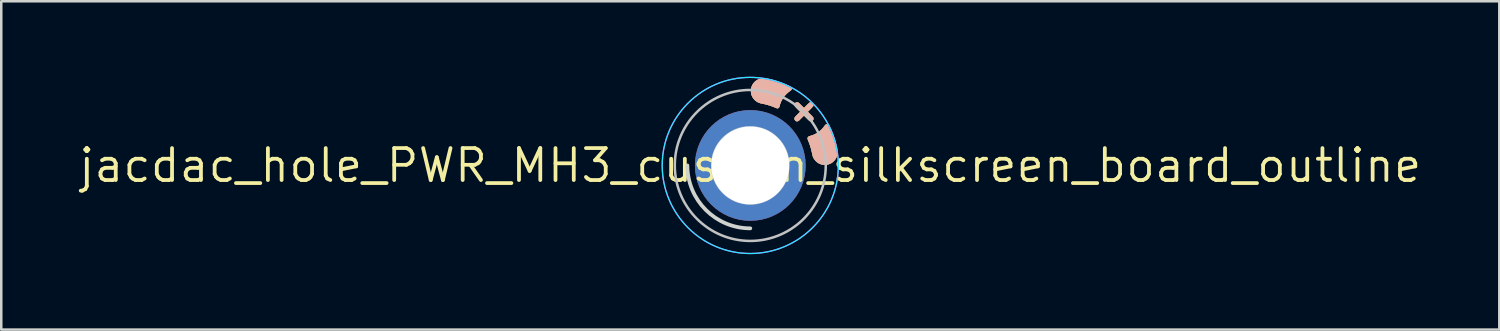
<source format=kicad_pcb>
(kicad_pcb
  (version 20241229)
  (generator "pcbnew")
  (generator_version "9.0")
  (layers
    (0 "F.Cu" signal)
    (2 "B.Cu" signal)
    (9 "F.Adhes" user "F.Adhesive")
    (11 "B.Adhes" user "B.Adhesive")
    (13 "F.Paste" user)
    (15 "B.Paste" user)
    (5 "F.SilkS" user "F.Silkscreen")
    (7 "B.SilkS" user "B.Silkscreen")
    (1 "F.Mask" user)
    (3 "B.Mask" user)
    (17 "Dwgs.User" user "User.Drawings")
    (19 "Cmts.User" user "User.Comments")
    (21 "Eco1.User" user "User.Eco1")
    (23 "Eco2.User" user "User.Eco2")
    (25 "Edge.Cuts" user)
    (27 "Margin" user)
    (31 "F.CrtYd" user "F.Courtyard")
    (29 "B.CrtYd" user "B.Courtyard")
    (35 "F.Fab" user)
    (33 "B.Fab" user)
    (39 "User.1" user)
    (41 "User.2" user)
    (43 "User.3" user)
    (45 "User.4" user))
  (footprint "jacdac_hole_PWR_MH3_custom_silkscreen_board_outline"
    (layer "F.Cu")
    (at 26.768 3.525)
    (property "Reference" "jacdac_hole_PWR_MH3_custom_silkscreen_board_outline" (at 0 0 0) (layer "F.SilkS") (effects (font (size 1.27 1.27) (thickness 0.15))))
    (attr through_hole exclude_from_bom)
    (fp_circle (center 0 0) (end 0 -2.5) (stroke (width 0) (type solid)) (fill yes) (layer "F.Mask"))
    (fp_circle (center 0 0) (end 0 -2.5) (stroke (width 0) (type solid)) (fill yes) (layer "B.Mask"))
    (fp_poly (pts (xy 2.284 -1.098) (xy 2.291 -1.114) (xy 2.301 -1.127) (xy 2.31 -1.137) (xy 2.32 -1.144) (xy 2.332 -1.151) (xy 2.347 -1.158) (xy 2.368 -1.164) (xy 2.394 -1.172) (xy 2.395 -1.173) (xy 2.452 -1.19) (xy 2.504 -1.209) (xy 2.553 -1.231) (xy 2.586 -1.247) (xy 2.661 -1.29) (xy 2.733 -1.339) (xy 2.8 -1.395) (xy 2.863 -1.456) (xy 2.919 -1.522) (xy 2.947 -1.56) (xy 2.969 -1.588) (xy 2.989 -1.61) (xy 3.009 -1.625) (xy 3.028 -1.635) (xy 3.048 -1.639) (xy 3.053 -1.639) (xy 3.071 -1.637) (xy 3.088 -1.631) (xy 3.104 -1.619) (xy 3.119 -1.602) (xy 3.135 -1.578) (xy 3.151 -1.548) (xy 3.151 -1.547) (xy 3.209 -1.426) (xy 3.262 -1.298) (xy 3.311 -1.165) (xy 3.356 -1.029) (xy 3.395 -0.889) (xy 3.429 -0.747) (xy 3.442 -0.688) (xy 3.453 -0.629) (xy 3.46 -0.576) (xy 3.463 -0.528) (xy 3.462 -0.486) (xy 3.458 -0.452) (xy 3.443 -0.389) (xy 3.422 -0.329) (xy 3.394 -0.273) (xy 3.36 -0.222) (xy 3.319 -0.175) (xy 3.273 -0.134) (xy 3.22 -0.097) (xy 3.212 -0.092) (xy 3.159 -0.066) (xy 3.103 -0.046) (xy 3.044 -0.033) (xy 2.984 -0.027) (xy 2.924 -0.028) (xy 2.864 -0.036) (xy 2.807 -0.05) (xy 2.803 -0.052) (xy 2.747 -0.075) (xy 2.694 -0.104) (xy 2.645 -0.14) (xy 2.6 -0.182) (xy 2.56 -0.228) (xy 2.527 -0.279) (xy 2.5 -0.333) (xy 2.491 -0.355) (xy 2.486 -0.37) (xy 2.481 -0.39) (xy 2.475 -0.414) (xy 2.469 -0.441) (xy 2.463 -0.467) (xy 2.463 -0.468) (xy 2.441 -0.567) (xy 2.418 -0.661) (xy 2.392 -0.751) (xy 2.362 -0.838) (xy 2.33 -0.925) (xy 2.31 -0.973) (xy 2.296 -1.008) (xy 2.287 -1.036) (xy 2.282 -1.06) (xy 2.281 -1.081) (xy 2.284 -1.098)) (stroke (width 0.01) (type solid)) (fill yes) (layer "F.SilkS"))
    (fp_poly (pts (xy 0.035 -3.049) (xy 0.048 -3.107) (xy 0.069 -3.162) (xy 0.095 -3.214) (xy 0.128 -3.263) (xy 0.166 -3.308) (xy 0.209 -3.348) (xy 0.258 -3.383) (xy 0.311 -3.412) (xy 0.368 -3.436) (xy 0.43 -3.453) (xy 0.431 -3.454) (xy 0.449 -3.457) (xy 0.468 -3.459) (xy 0.491 -3.46) (xy 0.519 -3.46) (xy 0.531 -3.46) (xy 0.552 -3.46) (xy 0.573 -3.459) (xy 0.595 -3.457) (xy 0.617 -3.455) (xy 0.642 -3.451) (xy 0.67 -3.446) (xy 0.702 -3.439) (xy 0.74 -3.431) (xy 0.784 -3.421) (xy 0.802 -3.417) (xy 0.916 -3.388) (xy 1.032 -3.354) (xy 1.149 -3.316) (xy 1.265 -3.274) (xy 1.379 -3.228) (xy 1.487 -3.18) (xy 1.558 -3.145) (xy 1.586 -3.131) (xy 1.607 -3.118) (xy 1.623 -3.106) (xy 1.634 -3.094) (xy 1.642 -3.082) (xy 1.642 -3.08) (xy 1.648 -3.062) (xy 1.648 -3.045) (xy 1.644 -3.031) (xy 1.634 -3.011) (xy 1.615 -2.991) (xy 1.59 -2.97) (xy 1.585 -2.967) (xy 1.512 -2.913) (xy 1.444 -2.854) (xy 1.383 -2.79) (xy 1.328 -2.721) (xy 1.279 -2.648) (xy 1.237 -2.572) (xy 1.211 -2.515) (xy 1.199 -2.484) (xy 1.188 -2.452) (xy 1.177 -2.419) (xy 1.166 -2.381) (xy 1.157 -2.348) (xy 1.152 -2.33) (xy 1.147 -2.317) (xy 1.14 -2.306) (xy 1.132 -2.298) (xy 1.117 -2.284) (xy 1.1 -2.276) (xy 1.082 -2.274) (xy 1.061 -2.276) (xy 1.035 -2.284) (xy 1.013 -2.293) (xy 0.892 -2.342) (xy 0.768 -2.386) (xy 0.639 -2.423) (xy 0.506 -2.454) (xy 0.475 -2.461) (xy 0.44 -2.468) (xy 0.412 -2.474) (xy 0.388 -2.48) (xy 0.368 -2.486) (xy 0.349 -2.493) (xy 0.331 -2.501) (xy 0.317 -2.507) (xy 0.264 -2.535) (xy 0.215 -2.571) (xy 0.17 -2.611) (xy 0.131 -2.657) (xy 0.097 -2.707) (xy 0.069 -2.761) (xy 0.048 -2.817) (xy 0.037 -2.864) (xy 0.028 -2.927) (xy 0.028 -2.989) (xy 0.035 -3.049)) (stroke (width 0.01) (type solid)) (fill yes) (layer "F.SilkS"))
    (fp_poly (pts (xy 1.761 -1.87) (xy 1.762 -1.88) (xy 1.764 -1.89) (xy 1.768 -1.899) (xy 1.774 -1.91) (xy 1.783 -1.922) (xy 1.795 -1.936) (xy 1.811 -1.953) (xy 1.831 -1.974) (xy 1.855 -1.999) (xy 1.883 -2.027) (xy 1.989 -2.133) (xy 1.881 -2.241) (xy 1.849 -2.274) (xy 1.822 -2.302) (xy 1.801 -2.324) (xy 1.785 -2.342) (xy 1.774 -2.355) (xy 1.768 -2.363) (xy 1.767 -2.365) (xy 1.761 -2.389) (xy 1.762 -2.415) (xy 1.767 -2.441) (xy 1.778 -2.464) (xy 1.788 -2.476) (xy 1.808 -2.492) (xy 1.832 -2.502) (xy 1.859 -2.506) (xy 1.886 -2.503) (xy 1.896 -2.5) (xy 1.902 -2.498) (xy 1.908 -2.495) (xy 1.915 -2.491) (xy 1.923 -2.485) (xy 1.933 -2.476) (xy 1.946 -2.464) (xy 1.962 -2.449) (xy 1.982 -2.43) (xy 2.006 -2.406) (xy 2.026 -2.386) (xy 2.134 -2.279) (xy 2.24 -2.384) (xy 2.269 -2.412) (xy 2.294 -2.437) (xy 2.317 -2.458) (xy 2.336 -2.475) (xy 2.35 -2.488) (xy 2.359 -2.495) (xy 2.362 -2.497) (xy 2.38 -2.502) (xy 2.402 -2.505) (xy 2.425 -2.503) (xy 2.445 -2.499) (xy 2.454 -2.496) (xy 2.473 -2.482) (xy 2.49 -2.463) (xy 2.501 -2.444) (xy 2.505 -2.428) (xy 2.507 -2.408) (xy 2.506 -2.388) (xy 2.503 -2.37) (xy 2.501 -2.364) (xy 2.496 -2.357) (xy 2.485 -2.344) (xy 2.469 -2.326) (xy 2.447 -2.303) (xy 2.42 -2.275) (xy 2.387 -2.242) (xy 2.387 -2.241) (xy 2.279 -2.133) (xy 2.385 -2.027) (xy 2.416 -1.996) (xy 2.441 -1.97) (xy 2.462 -1.948) (xy 2.477 -1.931) (xy 2.489 -1.918) (xy 2.496 -1.908) (xy 2.499 -1.903) (xy 2.506 -1.879) (xy 2.507 -1.852) (xy 2.502 -1.826) (xy 2.497 -1.813) (xy 2.481 -1.789) (xy 2.46 -1.772) (xy 2.438 -1.762) (xy 2.42 -1.758) (xy 2.405 -1.757) (xy 2.389 -1.759) (xy 2.376 -1.763) (xy 2.37 -1.764) (xy 2.364 -1.767) (xy 2.358 -1.771) (xy 2.351 -1.776) (xy 2.342 -1.783) (xy 2.33 -1.794) (xy 2.316 -1.808) (xy 2.298 -1.825) (xy 2.276 -1.847) (xy 2.248 -1.874) (xy 2.244 -1.879) (xy 2.134 -1.988) (xy 2.024 -1.879) (xy 1.996 -1.851) (xy 1.973 -1.828) (xy 1.954 -1.81) (xy 1.939 -1.795) (xy 1.927 -1.785) (xy 1.918 -1.777) (xy 1.911 -1.771) (xy 1.904 -1.767) (xy 1.899 -1.765) (xy 1.893 -1.763) (xy 1.892 -1.763) (xy 1.873 -1.758) (xy 1.858 -1.757) (xy 1.843 -1.759) (xy 1.83 -1.762) (xy 1.805 -1.773) (xy 1.786 -1.79) (xy 1.771 -1.812) (xy 1.763 -1.838) (xy 1.761 -1.859) (xy 1.761 -1.87)) (stroke (width 0.01) (type solid)) (fill yes) (layer "F.SilkS"))
    (fp_poly (pts (xy 2.284 -1.098) (xy 2.291 -1.114) (xy 2.301 -1.127) (xy 2.31 -1.137) (xy 2.32 -1.144) (xy 2.332 -1.151) (xy 2.347 -1.158) (xy 2.368 -1.164) (xy 2.394 -1.172) (xy 2.395 -1.173) (xy 2.452 -1.19) (xy 2.504 -1.209) (xy 2.553 -1.231) (xy 2.586 -1.247) (xy 2.661 -1.29) (xy 2.733 -1.339) (xy 2.8 -1.395) (xy 2.863 -1.456) (xy 2.919 -1.522) (xy 2.947 -1.56) (xy 2.969 -1.588) (xy 2.989 -1.61) (xy 3.009 -1.625) (xy 3.028 -1.635) (xy 3.048 -1.639) (xy 3.053 -1.639) (xy 3.071 -1.637) (xy 3.088 -1.631) (xy 3.104 -1.619) (xy 3.119 -1.602) (xy 3.135 -1.578) (xy 3.151 -1.548) (xy 3.151 -1.547) (xy 3.209 -1.426) (xy 3.262 -1.298) (xy 3.311 -1.165) (xy 3.356 -1.029) (xy 3.395 -0.889) (xy 3.429 -0.747) (xy 3.442 -0.688) (xy 3.453 -0.629) (xy 3.46 -0.576) (xy 3.463 -0.528) (xy 3.462 -0.486) (xy 3.458 -0.452) (xy 3.443 -0.389) (xy 3.422 -0.329) (xy 3.394 -0.273) (xy 3.36 -0.222) (xy 3.319 -0.175) (xy 3.273 -0.134) (xy 3.22 -0.097) (xy 3.212 -0.092) (xy 3.159 -0.066) (xy 3.103 -0.046) (xy 3.044 -0.033) (xy 2.984 -0.027) (xy 2.924 -0.028) (xy 2.864 -0.036) (xy 2.807 -0.05) (xy 2.803 -0.052) (xy 2.747 -0.075) (xy 2.694 -0.104) (xy 2.645 -0.14) (xy 2.6 -0.182) (xy 2.56 -0.228) (xy 2.527 -0.279) (xy 2.5 -0.333) (xy 2.491 -0.355) (xy 2.486 -0.37) (xy 2.481 -0.39) (xy 2.475 -0.414) (xy 2.469 -0.441) (xy 2.463 -0.467) (xy 2.463 -0.468) (xy 2.441 -0.567) (xy 2.418 -0.661) (xy 2.392 -0.751) (xy 2.362 -0.838) (xy 2.33 -0.925) (xy 2.31 -0.973) (xy 2.296 -1.008) (xy 2.287 -1.036) (xy 2.282 -1.06) (xy 2.281 -1.081) (xy 2.284 -1.098)) (stroke (width 0.01) (type solid)) (fill yes) (layer "B.SilkS"))
    (fp_poly (pts (xy 0.035 -3.049) (xy 0.048 -3.107) (xy 0.069 -3.162) (xy 0.095 -3.214) (xy 0.128 -3.263) (xy 0.166 -3.308) (xy 0.209 -3.348) (xy 0.258 -3.383) (xy 0.311 -3.412) (xy 0.368 -3.436) (xy 0.43 -3.453) (xy 0.431 -3.454) (xy 0.449 -3.457) (xy 0.468 -3.459) (xy 0.491 -3.46) (xy 0.519 -3.46) (xy 0.531 -3.46) (xy 0.552 -3.46) (xy 0.573 -3.459) (xy 0.595 -3.457) (xy 0.617 -3.455) (xy 0.642 -3.451) (xy 0.67 -3.446) (xy 0.702 -3.439) (xy 0.74 -3.431) (xy 0.784 -3.421) (xy 0.802 -3.417) (xy 0.916 -3.388) (xy 1.032 -3.354) (xy 1.149 -3.316) (xy 1.265 -3.274) (xy 1.379 -3.228) (xy 1.487 -3.18) (xy 1.558 -3.145) (xy 1.586 -3.131) (xy 1.607 -3.118) (xy 1.623 -3.106) (xy 1.634 -3.094) (xy 1.642 -3.082) (xy 1.642 -3.08) (xy 1.648 -3.062) (xy 1.648 -3.045) (xy 1.644 -3.031) (xy 1.634 -3.011) (xy 1.615 -2.991) (xy 1.59 -2.97) (xy 1.585 -2.967) (xy 1.512 -2.913) (xy 1.444 -2.854) (xy 1.383 -2.79) (xy 1.328 -2.721) (xy 1.279 -2.648) (xy 1.237 -2.572) (xy 1.211 -2.515) (xy 1.199 -2.484) (xy 1.188 -2.452) (xy 1.177 -2.419) (xy 1.166 -2.381) (xy 1.157 -2.348) (xy 1.152 -2.33) (xy 1.147 -2.317) (xy 1.14 -2.306) (xy 1.132 -2.298) (xy 1.117 -2.284) (xy 1.1 -2.276) (xy 1.082 -2.274) (xy 1.061 -2.276) (xy 1.035 -2.284) (xy 1.013 -2.293) (xy 0.892 -2.342) (xy 0.768 -2.386) (xy 0.639 -2.423) (xy 0.506 -2.454) (xy 0.475 -2.461) (xy 0.44 -2.468) (xy 0.412 -2.474) (xy 0.388 -2.48) (xy 0.368 -2.486) (xy 0.349 -2.493) (xy 0.331 -2.501) (xy 0.317 -2.507) (xy 0.264 -2.535) (xy 0.215 -2.571) (xy 0.17 -2.611) (xy 0.131 -2.657) (xy 0.097 -2.707) (xy 0.069 -2.761) (xy 0.048 -2.817) (xy 0.037 -2.864) (xy 0.028 -2.927) (xy 0.028 -2.989) (xy 0.035 -3.049)) (stroke (width 0.01) (type solid)) (fill yes) (layer "B.SilkS"))
    (fp_poly (pts (xy 1.761 -1.87) (xy 1.762 -1.88) (xy 1.764 -1.89) (xy 1.768 -1.899) (xy 1.774 -1.91) (xy 1.783 -1.922) (xy 1.795 -1.936) (xy 1.811 -1.953) (xy 1.831 -1.974) (xy 1.855 -1.999) (xy 1.883 -2.027) (xy 1.989 -2.133) (xy 1.881 -2.241) (xy 1.849 -2.274) (xy 1.822 -2.302) (xy 1.801 -2.324) (xy 1.785 -2.342) (xy 1.774 -2.355) (xy 1.768 -2.363) (xy 1.767 -2.365) (xy 1.761 -2.389) (xy 1.762 -2.415) (xy 1.767 -2.441) (xy 1.778 -2.464) (xy 1.788 -2.476) (xy 1.808 -2.492) (xy 1.832 -2.502) (xy 1.859 -2.506) (xy 1.886 -2.503) (xy 1.896 -2.5) (xy 1.902 -2.498) (xy 1.908 -2.495) (xy 1.915 -2.491) (xy 1.923 -2.485) (xy 1.933 -2.476) (xy 1.946 -2.464) (xy 1.962 -2.449) (xy 1.982 -2.43) (xy 2.006 -2.406) (xy 2.026 -2.386) (xy 2.134 -2.279) (xy 2.24 -2.384) (xy 2.269 -2.412) (xy 2.294 -2.437) (xy 2.317 -2.458) (xy 2.336 -2.475) (xy 2.35 -2.488) (xy 2.359 -2.495) (xy 2.362 -2.497) (xy 2.38 -2.502) (xy 2.402 -2.505) (xy 2.425 -2.503) (xy 2.445 -2.499) (xy 2.454 -2.496) (xy 2.473 -2.482) (xy 2.49 -2.463) (xy 2.501 -2.444) (xy 2.505 -2.428) (xy 2.507 -2.408) (xy 2.506 -2.388) (xy 2.503 -2.37) (xy 2.501 -2.364) (xy 2.496 -2.357) (xy 2.485 -2.344) (xy 2.469 -2.326) (xy 2.447 -2.303) (xy 2.42 -2.275) (xy 2.387 -2.242) (xy 2.387 -2.241) (xy 2.279 -2.133) (xy 2.385 -2.027) (xy 2.416 -1.996) (xy 2.441 -1.97) (xy 2.462 -1.948) (xy 2.477 -1.931) (xy 2.489 -1.918) (xy 2.496 -1.908) (xy 2.499 -1.903) (xy 2.506 -1.879) (xy 2.507 -1.852) (xy 2.502 -1.826) (xy 2.497 -1.813) (xy 2.481 -1.789) (xy 2.46 -1.772) (xy 2.438 -1.762) (xy 2.42 -1.758) (xy 2.405 -1.757) (xy 2.389 -1.759) (xy 2.376 -1.763) (xy 2.37 -1.764) (xy 2.364 -1.767) (xy 2.358 -1.771) (xy 2.351 -1.776) (xy 2.342 -1.783) (xy 2.33 -1.794) (xy 2.316 -1.808) (xy 2.298 -1.825) (xy 2.276 -1.847) (xy 2.248 -1.874) (xy 2.244 -1.879) (xy 2.134 -1.988) (xy 2.024 -1.879) (xy 1.996 -1.851) (xy 1.973 -1.828) (xy 1.954 -1.81) (xy 1.939 -1.795) (xy 1.927 -1.785) (xy 1.918 -1.777) (xy 1.911 -1.771) (xy 1.904 -1.767) (xy 1.899 -1.765) (xy 1.893 -1.763) (xy 1.892 -1.763) (xy 1.873 -1.758) (xy 1.858 -1.757) (xy 1.843 -1.759) (xy 1.83 -1.762) (xy 1.805 -1.773) (xy 1.786 -1.79) (xy 1.771 -1.812) (xy 1.763 -1.838) (xy 1.761 -1.859) (xy 1.761 -1.87)) (stroke (width 0.01) (type solid)) (fill yes) (layer "B.SilkS"))
    (fp_circle (center 0 0) (end -3 0) (stroke (width 0.1) (type default)) (fill no) (layer "Dwgs.User"))
    (fp_poly (pts (xy -0.051 1.553) (xy -0.173 1.545) (xy -0.291 1.528) (xy -0.405 1.503) (xy -0.517 1.468) (xy -0.628 1.424) (xy -0.686 1.397) (xy -0.796 1.337) (xy -0.901 1.269) (xy -0.999 1.194) (xy -1.09 1.112) (xy -1.175 1.023) (xy -1.252 0.929) (xy -1.321 0.828) (xy -1.382 0.722) (xy -1.435 0.611) (xy -1.478 0.496) (xy -1.513 0.377) (xy -1.526 0.321) (xy -1.535 0.278) (xy -1.542 0.239) (xy -1.547 0.204) (xy -1.551 0.169) (xy -1.554 0.133) (xy -1.556 0.093) (xy -1.556 0.047) (xy -1.557 -0.005) (xy -1.556 -0.061) (xy -1.555 -0.109) (xy -1.553 -0.152) (xy -1.549 -0.191) (xy -1.544 -0.23) (xy -1.538 -0.269) (xy -1.529 -0.312) (xy -1.521 -0.348) (xy -1.49 -0.466) (xy -1.448 -0.582) (xy -1.398 -0.695) (xy -1.339 -0.803) (xy -1.271 -0.907) (xy -1.195 -1.004) (xy -1.183 -1.019) (xy -1.097 -1.111) (xy -1.005 -1.195) (xy -0.906 -1.271) (xy -0.802 -1.339) (xy -0.69 -1.4) (xy -0.687 -1.401) (xy -0.596 -1.443) (xy -0.505 -1.477) (xy -0.413 -1.505) (xy -0.317 -1.528) (xy -0.221 -1.545) (xy -0.191 -1.549) (xy -0.158 -1.552) (xy -0.12 -1.554) (xy -0.076 -1.556) (xy -0.03 -1.557) (xy 0.005 -1.557) (xy 0.039 -1.557) (xy 0.068 -1.557) (xy 0.092 -1.557) (xy 0.108 -1.557) (xy 0.114 -1.557) (xy 0.226 -1.543) (xy 0.33 -1.524) (xy 0.429 -1.499) (xy 0.524 -1.469) (xy 0.618 -1.431) (xy 0.696 -1.395) (xy 0.8 -1.338) (xy 0.898 -1.274) (xy 0.99 -1.203) (xy 1.078 -1.124) (xy 1.115 -1.086) (xy 1.154 -1.045) (xy 1.188 -1.007) (xy 1.219 -0.969) (xy 1.249 -0.929) (xy 1.281 -0.884) (xy 1.296 -0.862) (xy 1.361 -0.755) (xy 1.417 -0.644) (xy 1.463 -0.53) (xy 1.5 -0.412) (xy 1.528 -0.292) (xy 1.545 -0.168) (xy 1.553 -0.048) (xy 1.553 0.003) (xy 1.537 0.003) (xy 1.536 -0.042) (xy 1.536 -0.085) (xy 1.534 -0.124) (xy 1.533 -0.158) (xy 1.53 -0.183) (xy 1.53 -0.188) (xy 1.507 -0.317) (xy 1.476 -0.44) (xy 1.436 -0.559) (xy 1.387 -0.672) (xy 1.33 -0.78) (xy 1.264 -0.883) (xy 1.189 -0.981) (xy 1.105 -1.075) (xy 1.087 -1.092) (xy 0.996 -1.176) (xy 0.9 -1.252) (xy 0.798 -1.32) (xy 0.691 -1.38) (xy 0.581 -1.431) (xy 0.467 -1.472) (xy 0.35 -1.505) (xy 0.231 -1.527) (xy 0.183 -1.534) (xy 0.16 -1.536) (xy 0.138 -1.539) (xy 0.122 -1.541) (xy 0.117 -1.541) (xy 0.1 -1.542) (xy 0.075 -1.543) (xy 0.044 -1.543) (xy 0.008 -1.542) (xy -0.031 -1.542) (xy -0.07 -1.54) (xy -0.109 -1.539) (xy -0.144 -1.537) (xy -0.175 -1.535) (xy -0.198 -1.533) (xy -0.208 -1.532) (xy -0.326 -1.511) (xy -0.437 -1.483) (xy -0.543 -1.448) (xy -0.646 -1.405) (xy -0.746 -1.354) (xy -0.845 -1.294) (xy -0.853 -1.288) (xy -0.92 -1.242) (xy -0.982 -1.194) (xy -1.042 -1.141) (xy -1.092 -1.092) (xy -1.177 -1.001) (xy -1.254 -0.903) (xy -1.322 -0.801) (xy -1.381 -0.694) (xy -1.432 -0.583) (xy -1.474 -0.468) (xy -1.505 -0.35) (xy -1.516 -0.302) (xy -1.523 -0.26) (xy -1.529 -0.224) (xy -1.534 -0.192) (xy -1.537 -0.16) (xy -1.54 -0.127) (xy -1.541 -0.091) (xy -1.542 -0.048) (xy -1.542 -0.003) (xy -1.541 0.049) (xy -1.54 0.095) (xy -1.539 0.134) (xy -1.537 0.165) (xy -1.535 0.183) (xy -1.515 0.302) (xy -1.488 0.415) (xy -1.454 0.522) (xy -1.412 0.625) (xy -1.362 0.726) (xy -1.303 0.825) (xy -1.288 0.848) (xy -1.242 0.915) (xy -1.194 0.977) (xy -1.141 1.037) (xy -1.092 1.087) (xy -1 1.173) (xy -0.903 1.25) (xy -0.801 1.318) (xy -0.694 1.377) (xy -0.582 1.427) (xy -0.465 1.468) (xy -0.343 1.501) (xy -0.216 1.526) (xy -0.188 1.53) (xy -0.164 1.532) (xy -0.132 1.534) (xy -0.094 1.535) (xy -0.052 1.536) (xy -0.007 1.537) (xy 0.037 1.536) (xy 0.08 1.536) (xy 0.119 1.534) (xy 0.153 1.533) (xy 0.179 1.53) (xy 0.183 1.53) (xy 0.312 1.507) (xy 0.435 1.476) (xy 0.554 1.436) (xy 0.667 1.387) (xy 0.775 1.33) (xy 0.878 1.264) (xy 0.976 1.189) (xy 1.069 1.105) (xy 1.087 1.087) (xy 1.173 0.995) (xy 1.25 0.898) (xy 1.317 0.796) (xy 1.376 0.69) (xy 1.427 0.578) (xy 1.468 0.461) (xy 1.501 0.339) (xy 1.526 0.211) (xy 1.53 0.183) (xy 1.532 0.159) (xy 1.534 0.127) (xy 1.536 0.089) (xy 1.536 0.047) (xy 1.537 0.003) (xy 1.553 0.003) (xy 1.553 0.045) (xy 1.549 0.132) (xy 1.54 0.217) (xy 1.525 0.303) (xy 1.509 0.373) (xy 1.476 0.49) (xy 1.433 0.604) (xy 1.381 0.714) (xy 1.321 0.819) (xy 1.253 0.92) (xy 1.177 1.015) (xy 1.094 1.103) (xy 1.004 1.186) (xy 0.908 1.261) (xy 0.807 1.329) (xy 0.7 1.388) (xy 0.696 1.39) (xy 0.583 1.441) (xy 0.469 1.483) (xy 0.354 1.514) (xy 0.237 1.537) (xy 0.116 1.55) (xy -0.008 1.554) (xy -0.051 1.553)) (stroke (width 0.01) (type solid)) (fill no) (layer "Dwgs.User"))
    (fp_arc (start 0 2.5) (mid -1.767767 1.767767) (end -2.5 0) (stroke (width 0.15) (type default)) (layer "Edge.Cuts"))
    (fp_circle (center 0 0) (end 0 -3.5) (stroke (width 0.05) (type default)) (fill no) (layer "B.CrtYd"))
    (fp_circle (center 0 0) (end 0 -3.5) (stroke (width 0.05) (type default)) (fill no) (layer "F.CrtYd"))
    (pad "MH3" thru_hole circle (at 0 0 180) (size 4.4 4.4) (drill 3.1) (layers "*.Cu"))
    (zone (net_name "") (layers "F.Cu" "B.Cu") (hatch edge 0.5) (connect_pads) (min_thickness 0.254) (filled_areas_thickness no) (keepout (tracks allowed) (vias allowed) (pads allowed) (copperpour not_allowed) (footprints allowed)) (placement (enabled no)) (fill) (polygon (pts (xy 23.763 3.525) (xy 23.783 3.874) (xy 23.844 4.218) (xy 23.944 4.553) (xy 24.083 4.874) (xy 24.257 5.176) (xy 24.466 5.457) (xy 24.706 5.711) (xy 24.973 5.935) (xy 25.265 6.127) (xy 25.578 6.284) (xy 25.906 6.404) (xy 26.246 6.484) (xy 26.593 6.525) (xy 26.943 6.525) (xy 27.29 6.484) (xy 27.63 6.404) (xy 27.958 6.284) (xy 28.271 6.127) (xy 28.563 5.935) (xy 28.83 5.711) (xy 29.07 5.457) (xy 29.279 5.176) (xy 29.453 4.874) (xy 29.592 4.553) (xy 29.692 4.218) (xy 29.753 3.874) (xy 29.773 3.525) (xy 29.753 3.176) (xy 29.692 2.832) (xy 29.592 2.497) (xy 29.453 2.176) (xy 29.279 1.874) (xy 29.07 1.593) (xy 28.83 1.339) (xy 28.563 1.115) (xy 28.271 0.923) (xy 27.958 0.766) (xy 27.63 0.646) (xy 27.29 0.566) (xy 26.943 0.525) (xy 26.593 0.525) (xy 26.246 0.566) (xy 25.906 0.646) (xy 25.578 0.766) (xy 25.265 0.923) (xy 24.973 1.115) (xy 24.706 1.339) (xy 24.466 1.593) (xy 24.257 1.874) (xy 24.083 2.176) (xy 23.944 2.497) (xy 23.844 2.832) (xy 23.783 3.176)))))
  (gr_rect
    (start -3 -3)
    (end 56.536 10.05)
    (stroke (width 0.1) (type default))
    (fill no)
    (layer "Edge.Cuts")))
</source>
